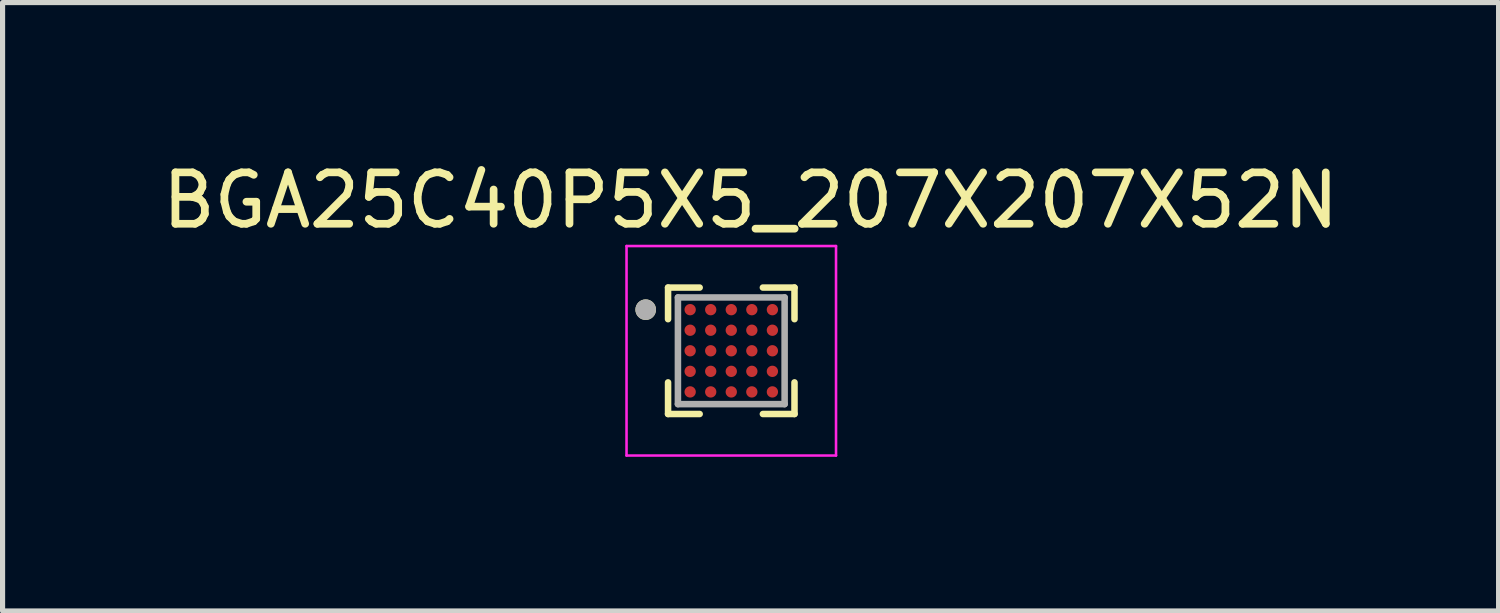
<source format=kicad_pcb>
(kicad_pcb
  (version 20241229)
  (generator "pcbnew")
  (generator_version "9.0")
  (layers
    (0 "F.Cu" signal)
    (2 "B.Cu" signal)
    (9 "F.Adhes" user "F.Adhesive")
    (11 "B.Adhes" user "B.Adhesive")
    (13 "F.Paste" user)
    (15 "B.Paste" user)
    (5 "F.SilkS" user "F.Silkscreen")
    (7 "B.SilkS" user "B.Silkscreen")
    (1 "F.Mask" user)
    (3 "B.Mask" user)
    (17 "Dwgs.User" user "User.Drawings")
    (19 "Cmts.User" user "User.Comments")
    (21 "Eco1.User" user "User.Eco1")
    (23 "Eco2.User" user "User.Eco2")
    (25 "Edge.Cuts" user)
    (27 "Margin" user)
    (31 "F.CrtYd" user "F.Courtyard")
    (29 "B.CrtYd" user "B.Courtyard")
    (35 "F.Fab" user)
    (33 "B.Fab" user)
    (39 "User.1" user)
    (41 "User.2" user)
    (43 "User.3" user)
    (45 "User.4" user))
  (footprint "BGA25C40P5X5_207X207X52N"
    (layer "F.Cu")
    (at 11.178 3.775)
    (property "Reference" "BGA25C40P5X5_207X207X52N" (at 0.376 -2.926 0) (layer "F.SilkS") (effects (font (size 1 1) (thickness 0.15))))
    (attr smd)
    (fp_line (start -1.23 -1.23) (end -1.23 -0.615) (stroke (width 0.127) (type solid)) (layer "F.SilkS"))
    (fp_line (start -1.23 -1.23) (end -0.615 -1.23) (stroke (width 0.127) (type solid)) (layer "F.SilkS"))
    (fp_line (start -1.23 1.23) (end -1.23 0.615) (stroke (width 0.127) (type solid)) (layer "F.SilkS"))
    (fp_line (start -1.23 1.23) (end -0.615 1.23) (stroke (width 0.127) (type solid)) (layer "F.SilkS"))
    (fp_line (start 1.23 -1.23) (end 0.615 -1.23) (stroke (width 0.127) (type solid)) (layer "F.SilkS"))
    (fp_line (start 1.23 -1.23) (end 1.23 -0.615) (stroke (width 0.127) (type solid)) (layer "F.SilkS"))
    (fp_line (start 1.23 1.23) (end 0.615 1.23) (stroke (width 0.127) (type solid)) (layer "F.SilkS"))
    (fp_line (start 1.23 1.23) (end 1.23 0.615) (stroke (width 0.127) (type solid)) (layer "F.SilkS"))
    (fp_circle (center -1.665 -0.8) (end -1.565 -0.8) (stroke (width 0.2) (type solid)) (fill no) (layer "F.SilkS"))
    (fp_line (start -2.038 -2.038) (end 2.038 -2.038) (stroke (width 0.05) (type solid)) (layer "F.CrtYd"))
    (fp_line (start -2.038 2.038) (end -2.038 -2.038) (stroke (width 0.05) (type solid)) (layer "F.CrtYd"))
    (fp_line (start -2.038 2.038) (end 2.038 2.038) (stroke (width 0.05) (type solid)) (layer "F.CrtYd"))
    (fp_line (start 2.038 2.038) (end 2.038 -2.038) (stroke (width 0.05) (type solid)) (layer "F.CrtYd"))
    (fp_line (start -1.038 1.038) (end -1.038 -1.038) (stroke (width 0.127) (type solid)) (layer "F.Fab"))
    (fp_line (start 1.038 -1.038) (end -1.038 -1.038) (stroke (width 0.127) (type solid)) (layer "F.Fab"))
    (fp_line (start 1.038 1.038) (end -1.038 1.038) (stroke (width 0.127) (type solid)) (layer "F.Fab"))
    (fp_line (start 1.038 1.038) (end 1.038 -1.038) (stroke (width 0.127) (type solid)) (layer "F.Fab"))
    (fp_circle (center -1.665 -0.8) (end -1.565 -0.8) (stroke (width 0.2) (type solid)) (fill no) (layer "F.Fab"))
    (pad "A1" smd circle (at -0.8 -0.8) (size 0.22 0.22) (layers "F.Cu" "F.Mask" "F.Paste"))
    (pad "A2" smd circle (at -0.4 -0.8) (size 0.22 0.22) (layers "F.Cu" "F.Mask" "F.Paste"))
    (pad "A3" smd circle (at 0 -0.8) (size 0.22 0.22) (layers "F.Cu" "F.Mask" "F.Paste"))
    (pad "A4" smd circle (at 0.4 -0.8) (size 0.22 0.22) (layers "F.Cu" "F.Mask" "F.Paste"))
    (pad "A5" smd circle (at 0.8 -0.8) (size 0.22 0.22) (layers "F.Cu" "F.Mask" "F.Paste"))
    (pad "B1" smd circle (at -0.8 -0.4) (size 0.22 0.22) (layers "F.Cu" "F.Mask" "F.Paste"))
    (pad "B2" smd circle (at -0.4 -0.4) (size 0.22 0.22) (layers "F.Cu" "F.Mask" "F.Paste"))
    (pad "B3" smd circle (at 0 -0.4) (size 0.22 0.22) (layers "F.Cu" "F.Mask" "F.Paste"))
    (pad "B4" smd circle (at 0.4 -0.4) (size 0.22 0.22) (layers "F.Cu" "F.Mask" "F.Paste"))
    (pad "B5" smd circle (at 0.8 -0.4) (size 0.22 0.22) (layers "F.Cu" "F.Mask" "F.Paste"))
    (pad "C1" smd circle (at -0.8 0) (size 0.22 0.22) (layers "F.Cu" "F.Mask" "F.Paste"))
    (pad "C2" smd circle (at -0.4 0) (size 0.22 0.22) (layers "F.Cu" "F.Mask" "F.Paste"))
    (pad "C3" smd circle (at 0 0) (size 0.22 0.22) (layers "F.Cu" "F.Mask" "F.Paste"))
    (pad "C4" smd circle (at 0.4 0) (size 0.22 0.22) (layers "F.Cu" "F.Mask" "F.Paste"))
    (pad "C5" smd circle (at 0.8 0) (size 0.22 0.22) (layers "F.Cu" "F.Mask" "F.Paste"))
    (pad "D1" smd circle (at -0.8 0.4) (size 0.22 0.22) (layers "F.Cu" "F.Mask" "F.Paste"))
    (pad "D2" smd circle (at -0.4 0.4) (size 0.22 0.22) (layers "F.Cu" "F.Mask" "F.Paste"))
    (pad "D3" smd circle (at 0 0.4) (size 0.22 0.22) (layers "F.Cu" "F.Mask" "F.Paste"))
    (pad "D4" smd circle (at 0.4 0.4) (size 0.22 0.22) (layers "F.Cu" "F.Mask" "F.Paste"))
    (pad "D5" smd circle (at 0.8 0.4) (size 0.22 0.22) (layers "F.Cu" "F.Mask" "F.Paste"))
    (pad "E1" smd circle (at -0.8 0.8) (size 0.22 0.22) (layers "F.Cu" "F.Mask" "F.Paste"))
    (pad "E2" smd circle (at -0.4 0.8) (size 0.22 0.22) (layers "F.Cu" "F.Mask" "F.Paste"))
    (pad "E3" smd circle (at 0 0.8) (size 0.22 0.22) (layers "F.Cu" "F.Mask" "F.Paste"))
    (pad "E4" smd circle (at 0.4 0.8) (size 0.22 0.22) (layers "F.Cu" "F.Mask" "F.Paste"))
    (pad "E5" smd circle (at 0.8 0.8) (size 0.22 0.22) (layers "F.Cu" "F.Mask" "F.Paste")))
  (gr_rect
    (start -3 -3)
    (end 26.107 8.837)
    (stroke (width 0.1) (type default))
    (fill no)
    (layer "Edge.Cuts")))
</source>
